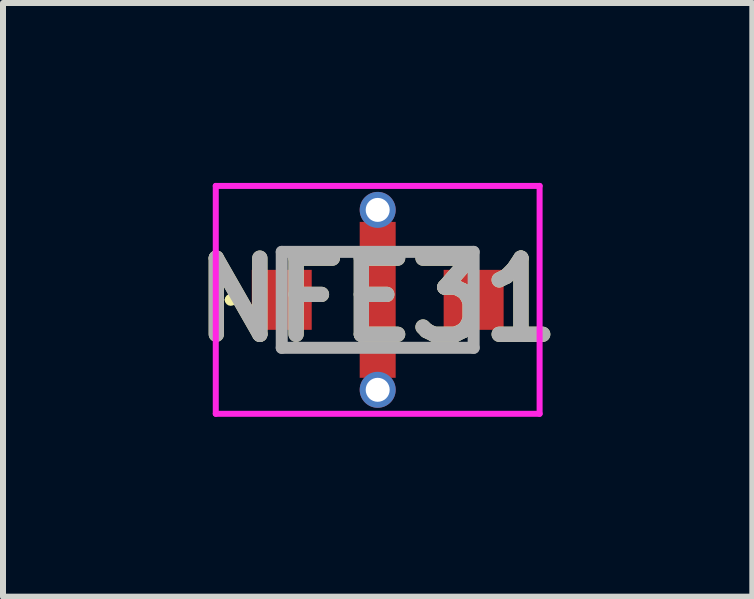
<source format=kicad_pcb>
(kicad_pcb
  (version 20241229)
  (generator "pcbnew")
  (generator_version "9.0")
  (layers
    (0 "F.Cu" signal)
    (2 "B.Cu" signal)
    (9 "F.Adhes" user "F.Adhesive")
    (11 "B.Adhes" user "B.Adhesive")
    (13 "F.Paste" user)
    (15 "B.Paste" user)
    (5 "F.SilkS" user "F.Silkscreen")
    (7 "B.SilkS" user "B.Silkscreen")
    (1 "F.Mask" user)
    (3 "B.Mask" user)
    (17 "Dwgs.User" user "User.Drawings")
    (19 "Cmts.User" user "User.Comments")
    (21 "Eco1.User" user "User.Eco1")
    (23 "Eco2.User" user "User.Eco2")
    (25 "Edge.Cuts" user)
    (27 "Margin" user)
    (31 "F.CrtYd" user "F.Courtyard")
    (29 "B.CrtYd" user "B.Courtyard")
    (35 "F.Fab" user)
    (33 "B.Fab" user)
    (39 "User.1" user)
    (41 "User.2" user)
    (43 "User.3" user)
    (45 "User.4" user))
  (footprint "NFE31"
    (layer "F.Cu")
    (at 3.248 1.95)
    (property "Reference" "NFE31" (at 0 0 0) (layer "F.SilkS") (effects (font (size 1.27 1.27) (thickness 0.254))))
    (attr through_hole)
    (fp_line (start -2.5 0) (end -2.5 0) (stroke (width 0.1) (type solid)) (layer "F.SilkS"))
    (fp_line (start -2.4 0) (end -2.4 0) (stroke (width 0.1) (type solid)) (layer "F.SilkS"))
    (fp_line (start -1.6 -0.8) (end -0.5 -0.8) (stroke (width 0.1) (type solid)) (layer "F.SilkS"))
    (fp_line (start -1.6 0.8) (end -0.5 0.8) (stroke (width 0.1) (type solid)) (layer "F.SilkS"))
    (fp_line (start 0.5 -0.8) (end 1.6 -0.8) (stroke (width 0.1) (type solid)) (layer "F.SilkS"))
    (fp_line (start 0.5 0.8) (end 1.6 0.8) (stroke (width 0.1) (type solid)) (layer "F.SilkS"))
    (fp_arc (start -2.5 0) (mid -2.45 -0.05) (end -2.4 0) (stroke (width 0.1) (type solid)) (layer "F.SilkS"))
    (fp_arc (start -2.4 0) (mid -2.45 0.05) (end -2.5 0) (stroke (width 0.1) (type solid)) (layer "F.SilkS"))
    (fp_line (start -2.7 -1.9) (end 2.7 -1.9) (stroke (width 0.1) (type solid)) (layer "F.CrtYd"))
    (fp_line (start -2.7 1.9) (end -2.7 -1.9) (stroke (width 0.1) (type solid)) (layer "F.CrtYd"))
    (fp_line (start 2.7 -1.9) (end 2.7 1.9) (stroke (width 0.1) (type solid)) (layer "F.CrtYd"))
    (fp_line (start 2.7 1.9) (end -2.7 1.9) (stroke (width 0.1) (type solid)) (layer "F.CrtYd"))
    (fp_line (start -1.6 -0.8) (end 1.6 -0.8) (stroke (width 0.2) (type solid)) (layer "F.Fab"))
    (fp_line (start -1.6 0.8) (end -1.6 -0.8) (stroke (width 0.2) (type solid)) (layer "F.Fab"))
    (fp_line (start 1.6 -0.8) (end 1.6 0.8) (stroke (width 0.2) (type solid)) (layer "F.Fab"))
    (fp_line (start 1.6 0.8) (end -1.6 0.8) (stroke (width 0.2) (type solid)) (layer "F.Fab"))
    (fp_text user "${REFERENCE}" (at 0 0 0) (layer "F.Fab") (effects (font (size 1.27 1.27) (thickness 0.254))))
    (pad "1" smd rect (at -1.6 0 90) (size 1 1) (layers "F.Cu" "F.Mask" "F.Paste"))
    (pad "2" smd rect (at 0 0) (size 0.6 2.6) (layers "F.Cu" "F.Mask" "F.Paste"))
    (pad "3" smd rect (at 1.6 0 90) (size 1 1) (layers "F.Cu" "F.Mask" "F.Paste"))
    (pad "4" thru_hole circle (at 0 -1.5) (size 0.6 0.6) (drill 0.4) (layers "*.Cu" "*.Mask"))
    (pad "5" thru_hole circle (at 0 1.5) (size 0.6 0.6) (drill 0.4) (layers "*.Cu" "*.Mask")))
  (gr_rect
    (start -3 -3)
    (end 9.495 6.9)
    (stroke (width 0.1) (type default))
    (fill no)
    (layer "Edge.Cuts")))
</source>
